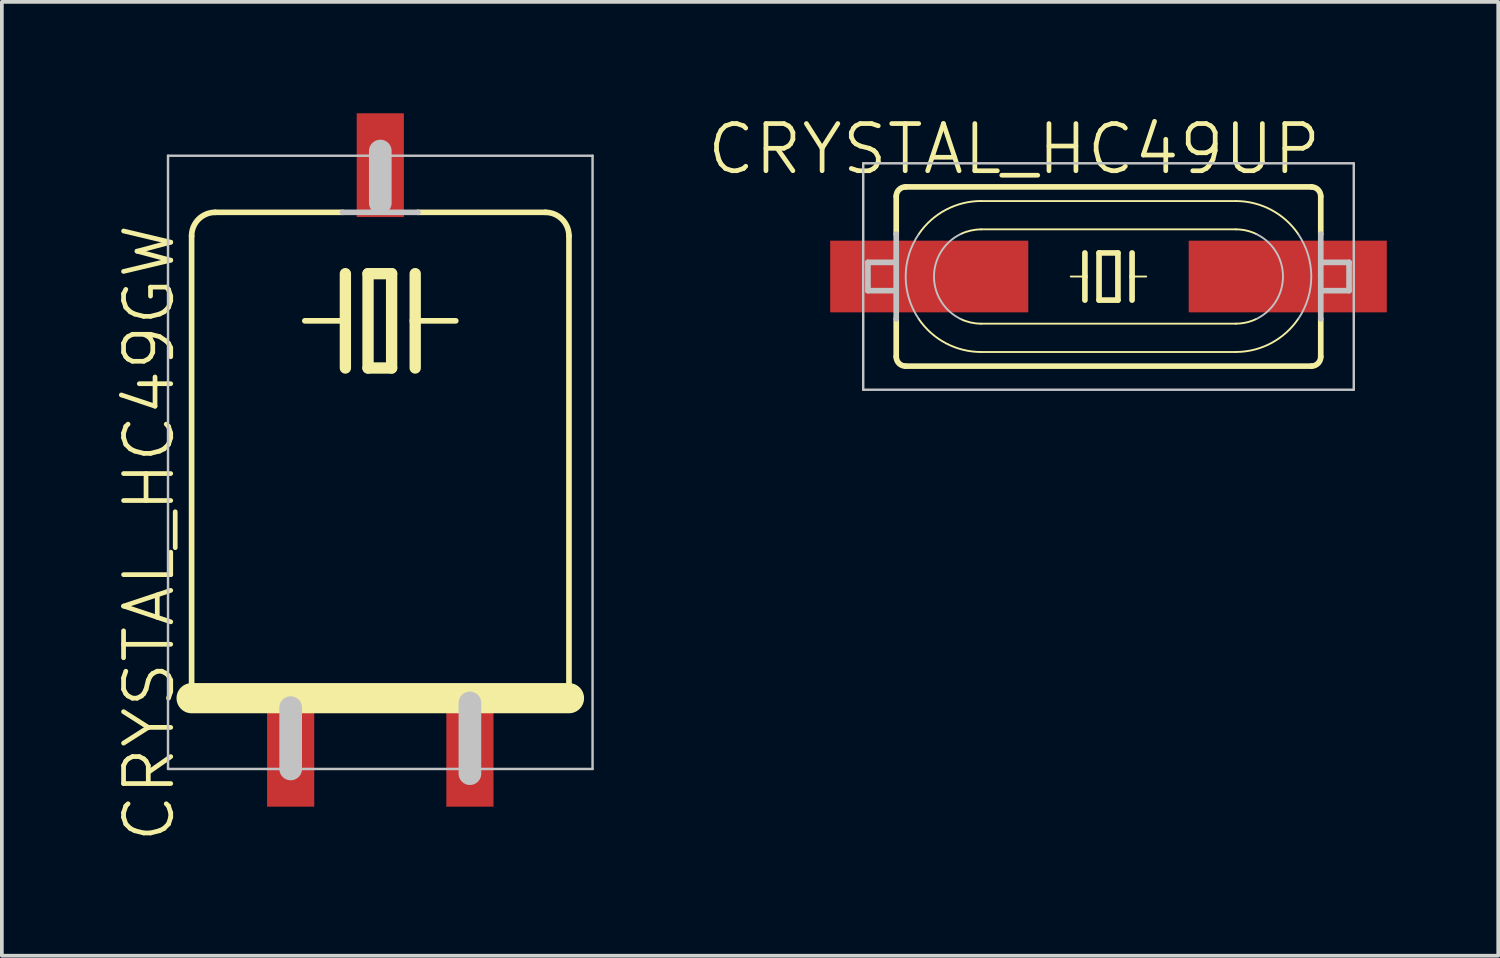
<source format=kicad_pcb>
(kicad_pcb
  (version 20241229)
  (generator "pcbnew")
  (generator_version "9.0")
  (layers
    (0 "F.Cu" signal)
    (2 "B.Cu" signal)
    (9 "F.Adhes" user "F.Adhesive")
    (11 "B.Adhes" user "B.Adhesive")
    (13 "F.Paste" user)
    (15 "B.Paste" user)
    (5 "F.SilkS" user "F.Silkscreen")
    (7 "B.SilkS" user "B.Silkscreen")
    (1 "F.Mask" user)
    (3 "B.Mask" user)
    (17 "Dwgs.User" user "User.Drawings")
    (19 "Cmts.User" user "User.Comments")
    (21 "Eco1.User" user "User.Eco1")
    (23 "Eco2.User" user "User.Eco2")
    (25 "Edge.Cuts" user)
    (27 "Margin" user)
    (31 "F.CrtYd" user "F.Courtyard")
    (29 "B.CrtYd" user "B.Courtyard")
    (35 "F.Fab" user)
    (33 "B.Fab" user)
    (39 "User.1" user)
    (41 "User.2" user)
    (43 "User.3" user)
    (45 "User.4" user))
  (footprint "CRYSTAL_HC49GW"
    (layer "F.Cu")
    (at 7.189 9.398)
    (property "Reference" "CRYSTAL_HC49GW" (at -6.223 1.905 90) (layer "F.SilkS") (effects (font (size 1.27 1.27) (thickness 0.127))))
    (attr smd)
    (fp_line (start -5.08 -6.096) (end -5.08 6.35) (stroke (width 0.152) (type solid)) (layer "F.SilkS"))
    (fp_line (start -5.08 6.35) (end 5.08 6.35) (stroke (width 0.813) (type solid)) (layer "F.SilkS"))
    (fp_line (start -1.016 -6.731) (end -4.445 -6.731) (stroke (width 0.152) (type solid)) (layer "F.SilkS"))
    (fp_line (start -0.94 -5.08) (end -0.94 -3.81) (stroke (width 0.305) (type solid)) (layer "F.SilkS"))
    (fp_line (start -0.94 -3.81) (end -2.032 -3.81) (stroke (width 0.152) (type solid)) (layer "F.SilkS"))
    (fp_line (start -0.94 -3.81) (end -0.94 -2.54) (stroke (width 0.305) (type solid)) (layer "F.SilkS"))
    (fp_line (start -0.33 -5.08) (end -0.33 -2.54) (stroke (width 0.305) (type solid)) (layer "F.SilkS"))
    (fp_line (start -0.33 -2.54) (end 0.305 -2.54) (stroke (width 0.305) (type solid)) (layer "F.SilkS"))
    (fp_line (start 0.305 -5.08) (end -0.33 -5.08) (stroke (width 0.305) (type solid)) (layer "F.SilkS"))
    (fp_line (start 0.305 -2.54) (end 0.305 -5.08) (stroke (width 0.305) (type solid)) (layer "F.SilkS"))
    (fp_line (start 0.94 -5.08) (end 0.94 -3.81) (stroke (width 0.305) (type solid)) (layer "F.SilkS"))
    (fp_line (start 0.94 -3.81) (end 0.94 -2.54) (stroke (width 0.305) (type solid)) (layer "F.SilkS"))
    (fp_line (start 0.94 -3.81) (end 2.032 -3.81) (stroke (width 0.152) (type solid)) (layer "F.SilkS"))
    (fp_line (start 4.445 -6.731) (end 1.016 -6.731) (stroke (width 0.152) (type solid)) (layer "F.SilkS"))
    (fp_line (start 5.08 6.35) (end 5.08 -6.096) (stroke (width 0.152) (type solid)) (layer "F.SilkS"))
    (fp_arc (start -5.08 -6.096) (mid -4.894013 -6.545013) (end -4.445 -6.731) (stroke (width 0.1524) (type solid)) (layer "F.SilkS"))
    (fp_arc (start 4.445 -6.731) (mid 4.894013 -6.545013) (end 5.08 -6.096) (stroke (width 0.1524) (type solid)) (layer "F.SilkS"))
    (fp_line (start -5.715 -8.255) (end 5.715 -8.255) (stroke (width 0.066) (type solid)) (layer "Dwgs.User"))
    (fp_line (start -5.715 8.255) (end -5.715 -8.255) (stroke (width 0.066) (type solid)) (layer "Dwgs.User"))
    (fp_line (start -5.715 8.255) (end 5.715 8.255) (stroke (width 0.066) (type solid)) (layer "Dwgs.User"))
    (fp_line (start -2.413 6.604) (end -2.413 8.255) (stroke (width 0.61) (type solid)) (layer "Dwgs.User"))
    (fp_line (start 0 -8.382) (end 0 -6.985) (stroke (width 0.61) (type solid)) (layer "Dwgs.User"))
    (fp_line (start 1.016 -6.731) (end -1.016 -6.731) (stroke (width 0.152) (type solid)) (layer "Dwgs.User"))
    (fp_line (start 2.413 6.477) (end 2.413 8.382) (stroke (width 0.61) (type solid)) (layer "Dwgs.User"))
    (fp_line (start 5.715 8.255) (end 5.715 -8.255) (stroke (width 0.066) (type solid)) (layer "Dwgs.User"))
    (pad "1" smd rect (at -2.413 8.001) (size 1.27 2.54) (layers "F.Cu" "F.Mask" "F.Paste"))
    (pad "2" smd rect (at 2.413 8.001) (size 1.27 2.54) (layers "F.Cu" "F.Mask" "F.Paste"))
    (pad "3" smd rect (at 0 -8.001) (size 1.27 2.794) (layers "F.Cu" "F.Mask" "F.Paste")))
  (footprint "CRYSTAL_HC49UP"
    (layer "F.Cu")
    (at 26.795 4.395)
    (property "Reference" "CRYSTAL_HC49UP" (at -2.54 -3.429 0) (layer "F.SilkS") (effects (font (size 1.27 1.27) (thickness 0.127))))
    (attr smd)
    (fp_line (start -5.715 -1.143) (end -5.715 -2.159) (stroke (width 0.152) (type solid)) (layer "F.SilkS"))
    (fp_line (start -5.715 2.159) (end -5.715 1.143) (stroke (width 0.152) (type solid)) (layer "F.SilkS"))
    (fp_line (start -3.429 -2.032) (end 3.429 -2.032) (stroke (width 0.051) (type solid)) (layer "F.SilkS"))
    (fp_line (start -3.429 -1.27) (end 3.429 -1.27) (stroke (width 0.051) (type solid)) (layer "F.SilkS"))
    (fp_line (start -0.635 -0.635) (end -0.635 0) (stroke (width 0.152) (type solid)) (layer "F.SilkS"))
    (fp_line (start -0.635 0) (end -1.016 0) (stroke (width 0.051) (type solid)) (layer "F.SilkS"))
    (fp_line (start -0.635 0) (end -0.635 0.635) (stroke (width 0.152) (type solid)) (layer "F.SilkS"))
    (fp_line (start -0.254 -0.635) (end -0.254 0.635) (stroke (width 0.152) (type solid)) (layer "F.SilkS"))
    (fp_line (start -0.254 0.635) (end 0.254 0.635) (stroke (width 0.152) (type solid)) (layer "F.SilkS"))
    (fp_line (start 0.254 -0.635) (end -0.254 -0.635) (stroke (width 0.152) (type solid)) (layer "F.SilkS"))
    (fp_line (start 0.254 0.635) (end 0.254 -0.635) (stroke (width 0.152) (type solid)) (layer "F.SilkS"))
    (fp_line (start 0.635 -0.635) (end 0.635 0) (stroke (width 0.152) (type solid)) (layer "F.SilkS"))
    (fp_line (start 0.635 0) (end 0.635 0.635) (stroke (width 0.152) (type solid)) (layer "F.SilkS"))
    (fp_line (start 0.635 0) (end 1.016 0) (stroke (width 0.051) (type solid)) (layer "F.SilkS"))
    (fp_line (start 3.429 1.27) (end -3.429 1.27) (stroke (width 0.051) (type solid)) (layer "F.SilkS"))
    (fp_line (start 3.429 2.032) (end -3.429 2.032) (stroke (width 0.051) (type solid)) (layer "F.SilkS"))
    (fp_line (start 5.461 -2.413) (end -5.461 -2.413) (stroke (width 0.152) (type solid)) (layer "F.SilkS"))
    (fp_line (start 5.461 2.413) (end -5.461 2.413) (stroke (width 0.152) (type solid)) (layer "F.SilkS"))
    (fp_line (start 5.715 -1.143) (end 5.715 -2.159) (stroke (width 0.152) (type solid)) (layer "F.SilkS"))
    (fp_line (start 5.715 2.159) (end 5.715 1.143) (stroke (width 0.152) (type solid)) (layer "F.SilkS"))
    (fp_arc (start -5.715 -2.159) (mid -5.640605 -2.338605) (end -5.461 -2.413) (stroke (width 0.1524) (type solid)) (layer "F.SilkS"))
    (fp_arc (start -5.461 2.413) (mid -5.640605 2.338605) (end -5.715 2.159) (stroke (width 0.1524) (type solid)) (layer "F.SilkS"))
    (fp_arc (start -5.10794 -1.143) (mid -4.379218 -1.796128) (end -3.429787 -2.033178) (stroke (width 0.0508) (type solid)) (layer "F.SilkS"))
    (fp_arc (start -3.98018 -1.143) (mid -3.711094 -1.237203) (end -3.427769 -1.268955) (stroke (width 0.0508) (type solid)) (layer "F.SilkS"))
    (fp_arc (start -3.429 1.27) (mid -3.712527 1.237947) (end -3.981743 1.143405) (stroke (width 0.0508) (type solid)) (layer "F.SilkS"))
    (fp_arc (start -3.429 2.032) (mid -4.378266 1.796641) (end -5.107632 1.145085) (stroke (width 0.0508) (type solid)) (layer "F.SilkS"))
    (fp_arc (start 3.429 -2.032) (mid 4.378266 -1.796641) (end 5.107632 -1.145085) (stroke (width 0.0508) (type solid)) (layer "F.SilkS"))
    (fp_arc (start 3.429 -1.27) (mid 3.712527 -1.237947) (end 3.981743 -1.143405) (stroke (width 0.0508) (type solid)) (layer "F.SilkS"))
    (fp_arc (start 3.98018 1.143) (mid 3.711094 1.237203) (end 3.427769 1.268955) (stroke (width 0.0508) (type solid)) (layer "F.SilkS"))
    (fp_arc (start 5.10794 1.14046) (mid 4.380405 1.793882) (end 3.431886 2.031747) (stroke (width 0.0508) (type solid)) (layer "F.SilkS"))
    (fp_arc (start 5.461 -2.413) (mid 5.640605 -2.338605) (end 5.715 -2.159) (stroke (width 0.1524) (type solid)) (layer "F.SilkS"))
    (fp_arc (start 5.715 2.159) (mid 5.640605 2.338605) (end 5.461 2.413) (stroke (width 0.1524) (type solid)) (layer "F.SilkS"))
    (fp_line (start -6.604 -3.048) (end 6.604 -3.048) (stroke (width 0.066) (type solid)) (layer "Dwgs.User"))
    (fp_line (start -6.604 3.048) (end -6.604 -3.048) (stroke (width 0.066) (type solid)) (layer "Dwgs.User"))
    (fp_line (start -6.604 3.048) (end 6.604 3.048) (stroke (width 0.066) (type solid)) (layer "Dwgs.User"))
    (fp_line (start -6.477 0.381) (end -6.477 -0.381) (stroke (width 0.152) (type solid)) (layer "Dwgs.User"))
    (fp_line (start -5.715 -0.381) (end -6.477 -0.381) (stroke (width 0.152) (type solid)) (layer "Dwgs.User"))
    (fp_line (start -5.715 -0.381) (end -5.715 -1.143) (stroke (width 0.152) (type solid)) (layer "Dwgs.User"))
    (fp_line (start -5.715 0.381) (end -6.477 0.381) (stroke (width 0.152) (type solid)) (layer "Dwgs.User"))
    (fp_line (start -5.715 0.381) (end -5.715 -0.381) (stroke (width 0.152) (type solid)) (layer "Dwgs.User"))
    (fp_line (start -5.715 1.143) (end -5.715 0.381) (stroke (width 0.152) (type solid)) (layer "Dwgs.User"))
    (fp_line (start 5.715 -0.381) (end 6.477 -0.381) (stroke (width 0.152) (type solid)) (layer "Dwgs.User"))
    (fp_line (start 5.715 0.381) (end 6.477 0.381) (stroke (width 0.152) (type solid)) (layer "Dwgs.User"))
    (fp_line (start 5.715 1.143) (end 5.715 -1.143) (stroke (width 0.152) (type solid)) (layer "Dwgs.User"))
    (fp_line (start 6.477 0.381) (end 6.477 -0.381) (stroke (width 0.152) (type solid)) (layer "Dwgs.User"))
    (fp_line (start 6.604 3.048) (end 6.604 -3.048) (stroke (width 0.066) (type solid)) (layer "Dwgs.User"))
    (fp_arc (start -5.10794 1.143) (mid -5.46008 0.001649) (end -5.109794 -1.140273) (stroke (width 0.0508) (type solid)) (layer "Dwgs.User"))
    (fp_arc (start -3.98018 1.143) (mid -4.697953 0.002339) (end -3.98439 -1.14096) (stroke (width 0.0508) (type solid)) (layer "Dwgs.User"))
    (fp_arc (start 3.98018 -1.143) (mid 4.697953 -0.002339) (end 3.98439 1.14096) (stroke (width 0.0508) (type solid)) (layer "Dwgs.User"))
    (fp_arc (start 5.10794 -1.143) (mid 5.46008 -0.001649) (end 5.109794 1.140273) (stroke (width 0.0508) (type solid)) (layer "Dwgs.User"))
    (pad "1" smd rect (at -4.826 0) (size 5.334 1.93) (layers "F.Cu" "F.Mask" "F.Paste"))
    (pad "2" smd rect (at 4.826 0) (size 5.334 1.93) (layers "F.Cu" "F.Mask" "F.Paste")))
  (gr_rect
    (start -3 -3)
    (end 37.288 22.682)
    (stroke (width 0.1) (type default))
    (fill no)
    (layer "Edge.Cuts")))
</source>
